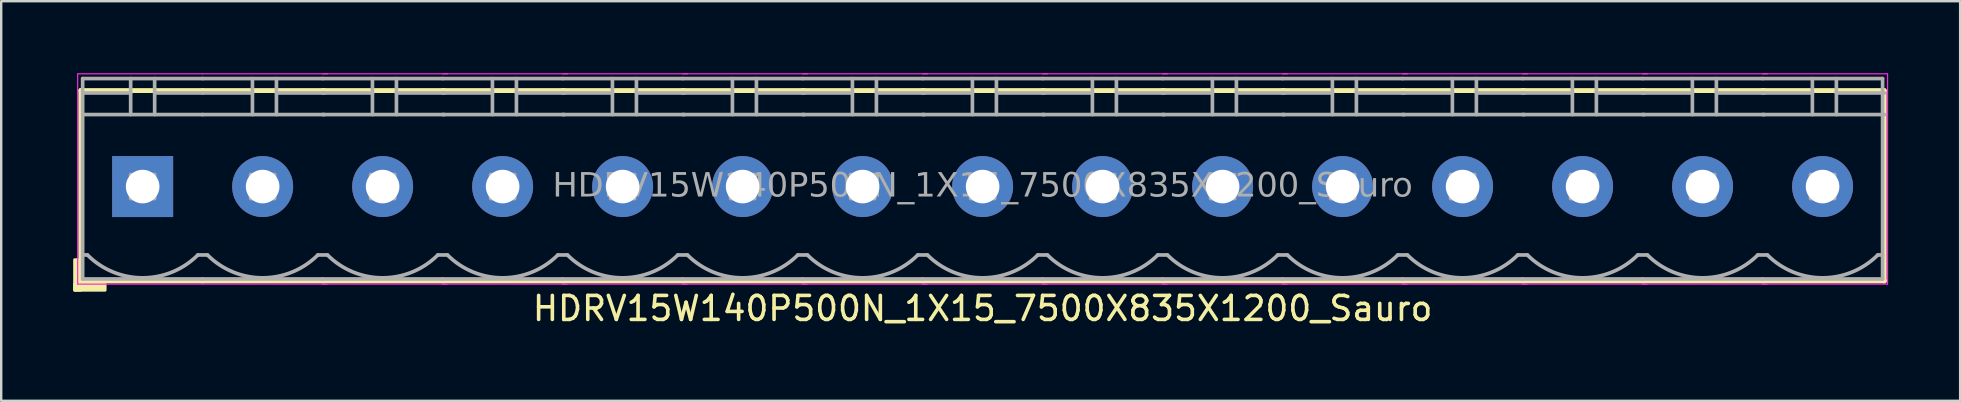
<source format=kicad_pcb>
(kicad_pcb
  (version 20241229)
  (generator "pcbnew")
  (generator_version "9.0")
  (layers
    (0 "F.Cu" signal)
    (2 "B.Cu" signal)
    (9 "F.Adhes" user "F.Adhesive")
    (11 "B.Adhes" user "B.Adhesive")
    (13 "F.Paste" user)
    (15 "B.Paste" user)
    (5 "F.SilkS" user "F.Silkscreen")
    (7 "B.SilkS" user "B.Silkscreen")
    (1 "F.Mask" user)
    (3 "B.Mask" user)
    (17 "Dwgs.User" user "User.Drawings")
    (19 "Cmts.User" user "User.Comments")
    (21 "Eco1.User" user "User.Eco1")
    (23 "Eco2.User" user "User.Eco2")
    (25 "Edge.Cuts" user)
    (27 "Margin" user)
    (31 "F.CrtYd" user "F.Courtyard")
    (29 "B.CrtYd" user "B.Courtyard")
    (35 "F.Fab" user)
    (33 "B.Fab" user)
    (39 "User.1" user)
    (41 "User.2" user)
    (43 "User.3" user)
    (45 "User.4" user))
  (footprint "HDRV15W140P500N_1X15_7500X835X1200_Sauro"
    (layer "F.Cu")
    (at 37.894 4.724)
    (property "Reference" "HDRV15W140P500N_1X15_7500X835X1200_Sauro" (at 0 5.08 0) (layer "F.SilkS") (effects (font (size 1 1) (thickness 0.15))))
    (attr through_hole)
    (fp_line (start -37.58 -4) (end -37.58 3.937) (stroke (width 0.203) (type solid)) (layer "F.SilkS"))
    (fp_line (start -37.58 3.937) (end -32.5 3.937) (stroke (width 0.203) (type solid)) (layer "F.SilkS"))
    (fp_line (start -32.505 -4) (end -37.58 -4) (stroke (width 0.203) (type solid)) (layer "F.SilkS"))
    (fp_line (start -32.5 3.937) (end -27.42 3.937) (stroke (width 0.203) (type solid)) (layer "F.SilkS"))
    (fp_line (start -27.5 3.937) (end -22.42 3.937) (stroke (width 0.203) (type solid)) (layer "F.SilkS"))
    (fp_line (start -27.43 -4) (end -32.505 -4) (stroke (width 0.203) (type solid)) (layer "F.SilkS"))
    (fp_line (start -22.5 3.937) (end -17.42 3.937) (stroke (width 0.203) (type solid)) (layer "F.SilkS"))
    (fp_line (start -22.43 -4) (end -27.505 -4) (stroke (width 0.203) (type solid)) (layer "F.SilkS"))
    (fp_line (start -17.5 3.937) (end -12.42 3.937) (stroke (width 0.203) (type solid)) (layer "F.SilkS"))
    (fp_line (start -17.43 -4) (end -22.505 -4) (stroke (width 0.203) (type solid)) (layer "F.SilkS"))
    (fp_line (start -12.5 3.937) (end -7.42 3.937) (stroke (width 0.203) (type solid)) (layer "F.SilkS"))
    (fp_line (start -12.43 -4) (end -17.505 -4) (stroke (width 0.203) (type solid)) (layer "F.SilkS"))
    (fp_line (start -7.5 3.937) (end -2.42 3.937) (stroke (width 0.203) (type solid)) (layer "F.SilkS"))
    (fp_line (start -7.43 -4) (end -12.505 -4) (stroke (width 0.203) (type solid)) (layer "F.SilkS"))
    (fp_line (start -2.5 3.937) (end 2.58 3.937) (stroke (width 0.203) (type solid)) (layer "F.SilkS"))
    (fp_line (start -2.43 -4) (end -7.505 -4) (stroke (width 0.203) (type solid)) (layer "F.SilkS"))
    (fp_line (start 2.5 3.937) (end 7.58 3.937) (stroke (width 0.203) (type solid)) (layer "F.SilkS"))
    (fp_line (start 2.57 -4) (end -2.505 -4) (stroke (width 0.203) (type solid)) (layer "F.SilkS"))
    (fp_line (start 7.5 3.937) (end 12.58 3.937) (stroke (width 0.203) (type solid)) (layer "F.SilkS"))
    (fp_line (start 7.57 -4) (end 2.495 -4) (stroke (width 0.203) (type solid)) (layer "F.SilkS"))
    (fp_line (start 12.5 3.937) (end 17.58 3.937) (stroke (width 0.203) (type solid)) (layer "F.SilkS"))
    (fp_line (start 12.57 -4) (end 7.495 -4) (stroke (width 0.203) (type solid)) (layer "F.SilkS"))
    (fp_line (start 17.5 3.937) (end 22.58 3.937) (stroke (width 0.203) (type solid)) (layer "F.SilkS"))
    (fp_line (start 17.57 -4) (end 12.495 -4) (stroke (width 0.203) (type solid)) (layer "F.SilkS"))
    (fp_line (start 22.5 3.937) (end 27.58 3.937) (stroke (width 0.203) (type solid)) (layer "F.SilkS"))
    (fp_line (start 22.57 -4) (end 17.495 -4) (stroke (width 0.203) (type solid)) (layer "F.SilkS"))
    (fp_line (start 27.5 3.937) (end 32.58 3.937) (stroke (width 0.203) (type solid)) (layer "F.SilkS"))
    (fp_line (start 27.57 -4) (end 22.495 -4) (stroke (width 0.203) (type solid)) (layer "F.SilkS"))
    (fp_line (start 32.5 3.937) (end 37.58 3.937) (stroke (width 0.203) (type solid)) (layer "F.SilkS"))
    (fp_line (start 32.57 -4) (end 27.495 -4) (stroke (width 0.203) (type solid)) (layer "F.SilkS"))
    (fp_line (start 37.57 -4) (end 32.495 -4) (stroke (width 0.203) (type solid)) (layer "F.SilkS"))
    (fp_line (start 37.57 -4) (end 37.57 3.937) (stroke (width 0.203) (type solid)) (layer "F.SilkS"))
    (fp_rect (start -37.58 3.048) (end -37.834 4.318) (stroke (width 0.12) (type solid)) (fill yes) (layer "F.SilkS"))
    (fp_rect (start -36.564 4.318) (end -37.834 4.064) (stroke (width 0.12) (type solid)) (fill yes) (layer "F.SilkS"))
    (fp_line (start -37.707 4.064) (end -37.707 -4.699) (stroke (width 0.05) (type solid)) (layer "F.CrtYd"))
    (fp_line (start -32.505 4.064) (end -37.707 4.064) (stroke (width 0.05) (type solid)) (layer "F.CrtYd"))
    (fp_line (start -32.5 -4.699) (end -37.707 -4.699) (stroke (width 0.05) (type solid)) (layer "F.CrtYd"))
    (fp_line (start -27.293 -4.699) (end -32.5 -4.699) (stroke (width 0.05) (type solid)) (layer "F.CrtYd"))
    (fp_line (start -27.293 4.064) (end -32.505 4.064) (stroke (width 0.05) (type solid)) (layer "F.CrtYd"))
    (fp_line (start -22.293 -4.699) (end -27.5 -4.699) (stroke (width 0.05) (type solid)) (layer "F.CrtYd"))
    (fp_line (start -22.293 4.064) (end -27.505 4.064) (stroke (width 0.05) (type solid)) (layer "F.CrtYd"))
    (fp_line (start -17.293 -4.699) (end -22.5 -4.699) (stroke (width 0.05) (type solid)) (layer "F.CrtYd"))
    (fp_line (start -17.293 4.064) (end -22.505 4.064) (stroke (width 0.05) (type solid)) (layer "F.CrtYd"))
    (fp_line (start -12.293 -4.699) (end -17.5 -4.699) (stroke (width 0.05) (type solid)) (layer "F.CrtYd"))
    (fp_line (start -12.293 4.064) (end -17.505 4.064) (stroke (width 0.05) (type solid)) (layer "F.CrtYd"))
    (fp_line (start -7.293 -4.699) (end -12.5 -4.699) (stroke (width 0.05) (type solid)) (layer "F.CrtYd"))
    (fp_line (start -7.293 4.064) (end -12.505 4.064) (stroke (width 0.05) (type solid)) (layer "F.CrtYd"))
    (fp_line (start -2.293 -4.699) (end -7.5 -4.699) (stroke (width 0.05) (type solid)) (layer "F.CrtYd"))
    (fp_line (start -2.293 4.064) (end -7.505 4.064) (stroke (width 0.05) (type solid)) (layer "F.CrtYd"))
    (fp_line (start 2.707 -4.699) (end -2.5 -4.699) (stroke (width 0.05) (type solid)) (layer "F.CrtYd"))
    (fp_line (start 2.707 4.064) (end -2.505 4.064) (stroke (width 0.05) (type solid)) (layer "F.CrtYd"))
    (fp_line (start 7.707 -4.699) (end 2.5 -4.699) (stroke (width 0.05) (type solid)) (layer "F.CrtYd"))
    (fp_line (start 7.707 4.064) (end 2.495 4.064) (stroke (width 0.05) (type solid)) (layer "F.CrtYd"))
    (fp_line (start 12.707 -4.699) (end 7.5 -4.699) (stroke (width 0.05) (type solid)) (layer "F.CrtYd"))
    (fp_line (start 12.707 4.064) (end 7.495 4.064) (stroke (width 0.05) (type solid)) (layer "F.CrtYd"))
    (fp_line (start 17.707 -4.699) (end 12.5 -4.699) (stroke (width 0.05) (type solid)) (layer "F.CrtYd"))
    (fp_line (start 17.707 4.064) (end 12.495 4.064) (stroke (width 0.05) (type solid)) (layer "F.CrtYd"))
    (fp_line (start 22.707 -4.699) (end 17.5 -4.699) (stroke (width 0.05) (type solid)) (layer "F.CrtYd"))
    (fp_line (start 22.707 4.064) (end 17.495 4.064) (stroke (width 0.05) (type solid)) (layer "F.CrtYd"))
    (fp_line (start 27.707 -4.699) (end 22.5 -4.699) (stroke (width 0.05) (type solid)) (layer "F.CrtYd"))
    (fp_line (start 27.707 4.064) (end 22.495 4.064) (stroke (width 0.05) (type solid)) (layer "F.CrtYd"))
    (fp_line (start 32.707 -4.699) (end 27.5 -4.699) (stroke (width 0.05) (type solid)) (layer "F.CrtYd"))
    (fp_line (start 32.707 4.064) (end 27.495 4.064) (stroke (width 0.05) (type solid)) (layer "F.CrtYd"))
    (fp_line (start 37.707 -4.699) (end 32.5 -4.699) (stroke (width 0.05) (type solid)) (layer "F.CrtYd"))
    (fp_line (start 37.707 -4.699) (end 37.707 4.064) (stroke (width 0.05) (type solid)) (layer "F.CrtYd"))
    (fp_line (start 37.707 4.064) (end 32.495 4.064) (stroke (width 0.05) (type solid)) (layer "F.CrtYd"))
    (fp_line (start -37.5 -4.5) (end -37.5 3.85) (stroke (width 0.152) (type solid)) (layer "F.Fab"))
    (fp_line (start -37.3 2.85) (end -37.5 2.85) (stroke (width 0.152) (type solid)) (layer "F.Fab"))
    (fp_line (start -35.5 -4.5) (end -35.5 -3) (stroke (width 0.152) (type default)) (layer "F.Fab"))
    (fp_line (start -35.5 -3.9) (end -37.5 -3.9) (stroke (width 0.152) (type solid)) (layer "F.Fab"))
    (fp_line (start -34.5 -4.5) (end -34.5 -3) (stroke (width 0.152) (type default)) (layer "F.Fab"))
    (fp_line (start -34.5 -3.9) (end -32.5 -3.9) (stroke (width 0.152) (type solid)) (layer "F.Fab"))
    (fp_line (start -32.7 2.85) (end -32.3 2.85) (stroke (width 0.152) (type solid)) (layer "F.Fab"))
    (fp_line (start -32.5 -4.5) (end -37.5 -4.5) (stroke (width 0.152) (type solid)) (layer "F.Fab"))
    (fp_line (start -32.5 -3) (end -37.5 -3) (stroke (width 0.152) (type solid)) (layer "F.Fab"))
    (fp_line (start -32.5 3.85) (end -37.5 3.85) (stroke (width 0.152) (type solid)) (layer "F.Fab"))
    (fp_line (start -32.5 3.85) (end -27.5 3.85) (stroke (width 0.152) (type solid)) (layer "F.Fab"))
    (fp_line (start -30.425 -4.5) (end -30.425 -3) (stroke (width 0.152) (type default)) (layer "F.Fab"))
    (fp_line (start -30.425 -3.9) (end -32.5 -3.9) (stroke (width 0.152) (type solid)) (layer "F.Fab"))
    (fp_line (start -29.425 -4.5) (end -29.425 -3) (stroke (width 0.152) (type default)) (layer "F.Fab"))
    (fp_line (start -29.425 -3.9) (end -27.425 -3.9) (stroke (width 0.152) (type solid)) (layer "F.Fab"))
    (fp_line (start -27.7 2.85) (end -27.3 2.85) (stroke (width 0.152) (type solid)) (layer "F.Fab"))
    (fp_line (start -27.5 -4.5) (end -32.5 -4.5) (stroke (width 0.152) (type solid)) (layer "F.Fab"))
    (fp_line (start -27.5 3.85) (end -22.5 3.85) (stroke (width 0.152) (type solid)) (layer "F.Fab"))
    (fp_line (start -27.425 -3) (end -32.5 -3) (stroke (width 0.152) (type solid)) (layer "F.Fab"))
    (fp_line (start -25.425 -4.5) (end -25.425 -3) (stroke (width 0.152) (type default)) (layer "F.Fab"))
    (fp_line (start -25.425 -3.9) (end -27.5 -3.9) (stroke (width 0.152) (type solid)) (layer "F.Fab"))
    (fp_line (start -24.425 -4.5) (end -24.425 -3) (stroke (width 0.152) (type default)) (layer "F.Fab"))
    (fp_line (start -24.425 -3.9) (end -22.425 -3.9) (stroke (width 0.152) (type solid)) (layer "F.Fab"))
    (fp_line (start -22.7 2.85) (end -22.3 2.85) (stroke (width 0.152) (type solid)) (layer "F.Fab"))
    (fp_line (start -22.5 -4.5) (end -27.5 -4.5) (stroke (width 0.152) (type solid)) (layer "F.Fab"))
    (fp_line (start -22.5 3.85) (end -17.5 3.85) (stroke (width 0.152) (type solid)) (layer "F.Fab"))
    (fp_line (start -22.425 -3) (end -27.5 -3) (stroke (width 0.152) (type solid)) (layer "F.Fab"))
    (fp_line (start -20.425 -4.5) (end -20.425 -3) (stroke (width 0.152) (type default)) (layer "F.Fab"))
    (fp_line (start -20.425 -3.9) (end -22.5 -3.9) (stroke (width 0.152) (type solid)) (layer "F.Fab"))
    (fp_line (start -19.425 -4.5) (end -19.425 -3) (stroke (width 0.152) (type default)) (layer "F.Fab"))
    (fp_line (start -19.425 -3.9) (end -17.425 -3.9) (stroke (width 0.152) (type solid)) (layer "F.Fab"))
    (fp_line (start -17.7 2.85) (end -17.3 2.85) (stroke (width 0.152) (type solid)) (layer "F.Fab"))
    (fp_line (start -17.5 -4.5) (end -22.5 -4.5) (stroke (width 0.152) (type solid)) (layer "F.Fab"))
    (fp_line (start -17.5 3.85) (end -12.5 3.85) (stroke (width 0.152) (type solid)) (layer "F.Fab"))
    (fp_line (start -17.425 -3) (end -22.5 -3) (stroke (width 0.152) (type solid)) (layer "F.Fab"))
    (fp_line (start -15.425 -4.5) (end -15.425 -3) (stroke (width 0.152) (type default)) (layer "F.Fab"))
    (fp_line (start -15.425 -3.9) (end -17.5 -3.9) (stroke (width 0.152) (type solid)) (layer "F.Fab"))
    (fp_line (start -14.425 -4.5) (end -14.425 -3) (stroke (width 0.152) (type default)) (layer "F.Fab"))
    (fp_line (start -14.425 -3.9) (end -12.425 -3.9) (stroke (width 0.152) (type solid)) (layer "F.Fab"))
    (fp_line (start -12.7 2.85) (end -12.3 2.85) (stroke (width 0.152) (type solid)) (layer "F.Fab"))
    (fp_line (start -12.5 -4.5) (end -17.5 -4.5) (stroke (width 0.152) (type solid)) (layer "F.Fab"))
    (fp_line (start -12.5 3.85) (end -7.5 3.85) (stroke (width 0.152) (type solid)) (layer "F.Fab"))
    (fp_line (start -12.425 -3) (end -17.5 -3) (stroke (width 0.152) (type solid)) (layer "F.Fab"))
    (fp_line (start -10.425 -4.5) (end -10.425 -3) (stroke (width 0.152) (type default)) (layer "F.Fab"))
    (fp_line (start -10.425 -3.9) (end -12.5 -3.9) (stroke (width 0.152) (type solid)) (layer "F.Fab"))
    (fp_line (start -9.425 -4.5) (end -9.425 -3) (stroke (width 0.152) (type default)) (layer "F.Fab"))
    (fp_line (start -9.425 -3.9) (end -7.425 -3.9) (stroke (width 0.152) (type solid)) (layer "F.Fab"))
    (fp_line (start -7.7 2.85) (end -7.3 2.85) (stroke (width 0.152) (type solid)) (layer "F.Fab"))
    (fp_line (start -7.5 -4.5) (end -12.5 -4.5) (stroke (width 0.152) (type solid)) (layer "F.Fab"))
    (fp_line (start -7.5 3.85) (end -2.5 3.85) (stroke (width 0.152) (type solid)) (layer "F.Fab"))
    (fp_line (start -7.425 -3) (end -12.5 -3) (stroke (width 0.152) (type solid)) (layer "F.Fab"))
    (fp_line (start -5.425 -4.5) (end -5.425 -3) (stroke (width 0.152) (type default)) (layer "F.Fab"))
    (fp_line (start -5.425 -3.9) (end -7.5 -3.9) (stroke (width 0.152) (type solid)) (layer "F.Fab"))
    (fp_line (start -4.425 -4.5) (end -4.425 -3) (stroke (width 0.152) (type default)) (layer "F.Fab"))
    (fp_line (start -4.425 -3.9) (end -2.425 -3.9) (stroke (width 0.152) (type solid)) (layer "F.Fab"))
    (fp_line (start -2.7 2.85) (end -2.3 2.85) (stroke (width 0.152) (type solid)) (layer "F.Fab"))
    (fp_line (start -2.5 -4.5) (end -7.5 -4.5) (stroke (width 0.152) (type solid)) (layer "F.Fab"))
    (fp_line (start -2.5 3.85) (end 2.5 3.85) (stroke (width 0.152) (type solid)) (layer "F.Fab"))
    (fp_line (start -2.425 -3) (end -7.5 -3) (stroke (width 0.152) (type solid)) (layer "F.Fab"))
    (fp_line (start -0.425 -4.5) (end -0.425 -3) (stroke (width 0.152) (type default)) (layer "F.Fab"))
    (fp_line (start -0.425 -3.9) (end -2.5 -3.9) (stroke (width 0.152) (type solid)) (layer "F.Fab"))
    (fp_line (start 0.575 -4.5) (end 0.575 -3) (stroke (width 0.152) (type default)) (layer "F.Fab"))
    (fp_line (start 0.575 -3.9) (end 2.575 -3.9) (stroke (width 0.152) (type solid)) (layer "F.Fab"))
    (fp_line (start 2.3 2.85) (end 2.7 2.85) (stroke (width 0.152) (type solid)) (layer "F.Fab"))
    (fp_line (start 2.5 -4.5) (end -2.5 -4.5) (stroke (width 0.152) (type solid)) (layer "F.Fab"))
    (fp_line (start 2.5 3.85) (end 7.5 3.85) (stroke (width 0.152) (type solid)) (layer "F.Fab"))
    (fp_line (start 2.575 -3) (end -2.5 -3) (stroke (width 0.152) (type solid)) (layer "F.Fab"))
    (fp_line (start 4.575 -4.5) (end 4.575 -3) (stroke (width 0.152) (type default)) (layer "F.Fab"))
    (fp_line (start 4.575 -3.9) (end 2.5 -3.9) (stroke (width 0.152) (type solid)) (layer "F.Fab"))
    (fp_line (start 5.575 -4.5) (end 5.575 -3) (stroke (width 0.152) (type default)) (layer "F.Fab"))
    (fp_line (start 5.575 -3.9) (end 7.575 -3.9) (stroke (width 0.152) (type solid)) (layer "F.Fab"))
    (fp_line (start 7.3 2.85) (end 7.7 2.85) (stroke (width 0.152) (type solid)) (layer "F.Fab"))
    (fp_line (start 7.5 -4.5) (end 2.5 -4.5) (stroke (width 0.152) (type solid)) (layer "F.Fab"))
    (fp_line (start 7.5 3.85) (end 12.5 3.85) (stroke (width 0.152) (type solid)) (layer "F.Fab"))
    (fp_line (start 7.575 -3) (end 2.5 -3) (stroke (width 0.152) (type solid)) (layer "F.Fab"))
    (fp_line (start 9.575 -4.5) (end 9.575 -3) (stroke (width 0.152) (type default)) (layer "F.Fab"))
    (fp_line (start 9.575 -3.9) (end 7.5 -3.9) (stroke (width 0.152) (type solid)) (layer "F.Fab"))
    (fp_line (start 10.575 -4.5) (end 10.575 -3) (stroke (width 0.152) (type default)) (layer "F.Fab"))
    (fp_line (start 10.575 -3.9) (end 12.575 -3.9) (stroke (width 0.152) (type solid)) (layer "F.Fab"))
    (fp_line (start 12.3 2.85) (end 12.7 2.85) (stroke (width 0.152) (type solid)) (layer "F.Fab"))
    (fp_line (start 12.5 -4.5) (end 7.5 -4.5) (stroke (width 0.152) (type solid)) (layer "F.Fab"))
    (fp_line (start 12.5 3.85) (end 17.5 3.85) (stroke (width 0.152) (type solid)) (layer "F.Fab"))
    (fp_line (start 12.575 -3) (end 7.5 -3) (stroke (width 0.152) (type solid)) (layer "F.Fab"))
    (fp_line (start 14.575 -4.5) (end 14.575 -3) (stroke (width 0.152) (type default)) (layer "F.Fab"))
    (fp_line (start 14.575 -3.9) (end 12.5 -3.9) (stroke (width 0.152) (type solid)) (layer "F.Fab"))
    (fp_line (start 15.575 -4.5) (end 15.575 -3) (stroke (width 0.152) (type default)) (layer "F.Fab"))
    (fp_line (start 15.575 -3.9) (end 17.575 -3.9) (stroke (width 0.152) (type solid)) (layer "F.Fab"))
    (fp_line (start 17.3 2.85) (end 17.7 2.85) (stroke (width 0.152) (type solid)) (layer "F.Fab"))
    (fp_line (start 17.5 -4.5) (end 12.5 -4.5) (stroke (width 0.152) (type solid)) (layer "F.Fab"))
    (fp_line (start 17.5 3.85) (end 22.5 3.85) (stroke (width 0.152) (type solid)) (layer "F.Fab"))
    (fp_line (start 17.575 -3) (end 12.5 -3) (stroke (width 0.152) (type solid)) (layer "F.Fab"))
    (fp_line (start 19.575 -4.5) (end 19.575 -3) (stroke (width 0.152) (type default)) (layer "F.Fab"))
    (fp_line (start 19.575 -3.9) (end 17.5 -3.9) (stroke (width 0.152) (type solid)) (layer "F.Fab"))
    (fp_line (start 20.575 -4.5) (end 20.575 -3) (stroke (width 0.152) (type default)) (layer "F.Fab"))
    (fp_line (start 20.575 -3.9) (end 22.575 -3.9) (stroke (width 0.152) (type solid)) (layer "F.Fab"))
    (fp_line (start 22.3 2.85) (end 22.7 2.85) (stroke (width 0.152) (type solid)) (layer "F.Fab"))
    (fp_line (start 22.5 -4.5) (end 17.5 -4.5) (stroke (width 0.152) (type solid)) (layer "F.Fab"))
    (fp_line (start 22.5 3.85) (end 27.5 3.85) (stroke (width 0.152) (type solid)) (layer "F.Fab"))
    (fp_line (start 22.575 -3) (end 17.5 -3) (stroke (width 0.152) (type solid)) (layer "F.Fab"))
    (fp_line (start 24.575 -4.5) (end 24.575 -3) (stroke (width 0.152) (type default)) (layer "F.Fab"))
    (fp_line (start 24.575 -3.9) (end 22.5 -3.9) (stroke (width 0.152) (type solid)) (layer "F.Fab"))
    (fp_line (start 25.575 -4.5) (end 25.575 -3) (stroke (width 0.152) (type default)) (layer "F.Fab"))
    (fp_line (start 25.575 -3.9) (end 27.575 -3.9) (stroke (width 0.152) (type solid)) (layer "F.Fab"))
    (fp_line (start 27.3 2.85) (end 27.7 2.85) (stroke (width 0.152) (type solid)) (layer "F.Fab"))
    (fp_line (start 27.5 -4.5) (end 22.5 -4.5) (stroke (width 0.152) (type solid)) (layer "F.Fab"))
    (fp_line (start 27.5 3.85) (end 32.5 3.85) (stroke (width 0.152) (type solid)) (layer "F.Fab"))
    (fp_line (start 27.575 -3) (end 22.5 -3) (stroke (width 0.152) (type solid)) (layer "F.Fab"))
    (fp_line (start 29.575 -4.5) (end 29.575 -3) (stroke (width 0.152) (type default)) (layer "F.Fab"))
    (fp_line (start 29.575 -3.9) (end 27.5 -3.9) (stroke (width 0.152) (type solid)) (layer "F.Fab"))
    (fp_line (start 30.575 -4.5) (end 30.575 -3) (stroke (width 0.152) (type default)) (layer "F.Fab"))
    (fp_line (start 30.575 -3.9) (end 32.575 -3.9) (stroke (width 0.152) (type solid)) (layer "F.Fab"))
    (fp_line (start 32.3 2.85) (end 32.7 2.85) (stroke (width 0.152) (type solid)) (layer "F.Fab"))
    (fp_line (start 32.5 -4.5) (end 27.5 -4.5) (stroke (width 0.152) (type solid)) (layer "F.Fab"))
    (fp_line (start 32.5 3.85) (end 37.5 3.85) (stroke (width 0.152) (type solid)) (layer "F.Fab"))
    (fp_line (start 32.575 -3) (end 27.5 -3) (stroke (width 0.152) (type solid)) (layer "F.Fab"))
    (fp_line (start 34.575 -4.5) (end 34.575 -3) (stroke (width 0.152) (type default)) (layer "F.Fab"))
    (fp_line (start 34.575 -3.9) (end 32.5 -3.9) (stroke (width 0.152) (type solid)) (layer "F.Fab"))
    (fp_line (start 35.575 -4.5) (end 35.575 -3) (stroke (width 0.152) (type default)) (layer "F.Fab"))
    (fp_line (start 35.575 -3.9) (end 37.575 -3.9) (stroke (width 0.152) (type solid)) (layer "F.Fab"))
    (fp_line (start 37.5 -4.5) (end 32.5 -4.5) (stroke (width 0.152) (type solid)) (layer "F.Fab"))
    (fp_line (start 37.5 -4.5) (end 37.5 3.85) (stroke (width 0.152) (type solid)) (layer "F.Fab"))
    (fp_line (start 37.5 2.85) (end 37.3 2.85) (stroke (width 0.152) (type solid)) (layer "F.Fab"))
    (fp_line (start 37.575 -3) (end 32.5 -3) (stroke (width 0.152) (type solid)) (layer "F.Fab"))
    (fp_rect (start -35.5 -0.5) (end -34.5 0.5) (stroke (width 0.152) (type solid)) (fill no) (layer "F.Fab"))
    (fp_rect (start -30.5 -0.5) (end -29.5 0.5) (stroke (width 0.152) (type solid)) (fill no) (layer "F.Fab"))
    (fp_rect (start -25.5 -0.5) (end -24.5 0.5) (stroke (width 0.152) (type solid)) (fill no) (layer "F.Fab"))
    (fp_rect (start -20.5 -0.5) (end -19.5 0.5) (stroke (width 0.152) (type solid)) (fill no) (layer "F.Fab"))
    (fp_rect (start -15.5 -0.5) (end -14.5 0.5) (stroke (width 0.152) (type solid)) (fill no) (layer "F.Fab"))
    (fp_rect (start -10.5 -0.5) (end -9.5 0.5) (stroke (width 0.152) (type solid)) (fill no) (layer "F.Fab"))
    (fp_rect (start -5.5 -0.5) (end -4.5 0.5) (stroke (width 0.152) (type solid)) (fill no) (layer "F.Fab"))
    (fp_rect (start -0.5 -0.5) (end 0.5 0.5) (stroke (width 0.152) (type solid)) (fill no) (layer "F.Fab"))
    (fp_rect (start 4.5 -0.5) (end 5.5 0.5) (stroke (width 0.152) (type solid)) (fill no) (layer "F.Fab"))
    (fp_rect (start 9.5 -0.5) (end 10.5 0.5) (stroke (width 0.152) (type solid)) (fill no) (layer "F.Fab"))
    (fp_rect (start 14.5 -0.5) (end 15.5 0.5) (stroke (width 0.152) (type solid)) (fill no) (layer "F.Fab"))
    (fp_rect (start 19.5 -0.5) (end 20.5 0.5) (stroke (width 0.152) (type solid)) (fill no) (layer "F.Fab"))
    (fp_rect (start 24.5 -0.5) (end 25.5 0.5) (stroke (width 0.152) (type solid)) (fill no) (layer "F.Fab"))
    (fp_rect (start 29.5 -0.5) (end 30.5 0.5) (stroke (width 0.152) (type solid)) (fill no) (layer "F.Fab"))
    (fp_rect (start 34.5 -0.5) (end 35.5 0.5) (stroke (width 0.152) (type solid)) (fill no) (layer "F.Fab"))
    (fp_arc (start -32.7 2.85) (mid -35 3.802691) (end -37.3 2.85) (stroke (width 0.1524) (type default)) (layer "F.Fab"))
    (fp_arc (start -27.7 2.85) (mid -30 3.802691) (end -32.3 2.85) (stroke (width 0.1524) (type default)) (layer "F.Fab"))
    (fp_arc (start -22.7 2.85) (mid -25 3.802691) (end -27.3 2.85) (stroke (width 0.1524) (type default)) (layer "F.Fab"))
    (fp_arc (start -17.7 2.85) (mid -20 3.802691) (end -22.3 2.85) (stroke (width 0.1524) (type default)) (layer "F.Fab"))
    (fp_arc (start -12.7 2.85) (mid -15 3.802691) (end -17.3 2.85) (stroke (width 0.1524) (type default)) (layer "F.Fab"))
    (fp_arc (start -7.7 2.85) (mid -10 3.802691) (end -12.3 2.85) (stroke (width 0.1524) (type default)) (layer "F.Fab"))
    (fp_arc (start -2.7 2.85) (mid -5 3.802691) (end -7.3 2.85) (stroke (width 0.1524) (type default)) (layer "F.Fab"))
    (fp_arc (start 2.3 2.85) (mid 0 3.802691) (end -2.3 2.85) (stroke (width 0.1524) (type default)) (layer "F.Fab"))
    (fp_arc (start 7.3 2.85) (mid 5 3.802691) (end 2.7 2.85) (stroke (width 0.1524) (type default)) (layer "F.Fab"))
    (fp_arc (start 12.3 2.85) (mid 10 3.802691) (end 7.7 2.85) (stroke (width 0.1524) (type default)) (layer "F.Fab"))
    (fp_arc (start 17.3 2.85) (mid 15 3.802691) (end 12.7 2.85) (stroke (width 0.1524) (type default)) (layer "F.Fab"))
    (fp_arc (start 22.3 2.85) (mid 20 3.802691) (end 17.7 2.85) (stroke (width 0.1524) (type default)) (layer "F.Fab"))
    (fp_arc (start 27.3 2.85) (mid 25 3.802691) (end 22.7 2.85) (stroke (width 0.1524) (type default)) (layer "F.Fab"))
    (fp_arc (start 32.3 2.85) (mid 30 3.802691) (end 27.7 2.85) (stroke (width 0.1524) (type default)) (layer "F.Fab"))
    (fp_arc (start 37.3 2.85) (mid 35 3.802691) (end 32.7 2.85) (stroke (width 0.1524) (type default)) (layer "F.Fab"))
    (fp_text user "${REFERENCE}" (at 0 0 0) (layer "F.Fab") (effects (font (face "Tahoma") (size 1 1) (thickness 0.15))))
    (pad "1" thru_hole rect (at -35 0) (size 2.54 2.54) (drill 1.4) (layers "*.Cu" "*.Mask"))
    (pad "2" thru_hole circle (at -30 0) (size 2.54 2.54) (drill 1.4) (layers "*.Cu" "*.Mask"))
    (pad "3" thru_hole circle (at -25 0) (size 2.54 2.54) (drill 1.4) (layers "*.Cu" "*.Mask"))
    (pad "4" thru_hole circle (at -20 0) (size 2.54 2.54) (drill 1.4) (layers "*.Cu" "*.Mask"))
    (pad "5" thru_hole circle (at -15 0) (size 2.54 2.54) (drill 1.4) (layers "*.Cu" "*.Mask"))
    (pad "6" thru_hole circle (at -10 0) (size 2.54 2.54) (drill 1.4) (layers "*.Cu" "*.Mask"))
    (pad "7" thru_hole circle (at -5 0) (size 2.54 2.54) (drill 1.4) (layers "*.Cu" "*.Mask"))
    (pad "8" thru_hole circle (at 0 0) (size 2.54 2.54) (drill 1.4) (layers "*.Cu" "*.Mask"))
    (pad "9" thru_hole circle (at 5 0) (size 2.54 2.54) (drill 1.4) (layers "*.Cu" "*.Mask"))
    (pad "10" thru_hole circle (at 10 0) (size 2.54 2.54) (drill 1.4) (layers "*.Cu" "*.Mask"))
    (pad "11" thru_hole circle (at 15 0) (size 2.54 2.54) (drill 1.4) (layers "*.Cu" "*.Mask"))
    (pad "12" thru_hole circle (at 20 0) (size 2.54 2.54) (drill 1.4) (layers "*.Cu" "*.Mask"))
    (pad "13" thru_hole circle (at 25 0) (size 2.54 2.54) (drill 1.4) (layers "*.Cu" "*.Mask"))
    (pad "14" thru_hole circle (at 30 0) (size 2.54 2.54) (drill 1.4) (layers "*.Cu" "*.Mask"))
    (pad "15" thru_hole circle (at 35 0) (size 2.54 2.54) (drill 1.4) (layers "*.Cu" "*.Mask")))
  (gr_rect
    (start -3 -3)
    (end 78.626 13.652)
    (stroke (width 0.1) (type default))
    (fill no)
    (layer "Edge.Cuts")))
</source>
